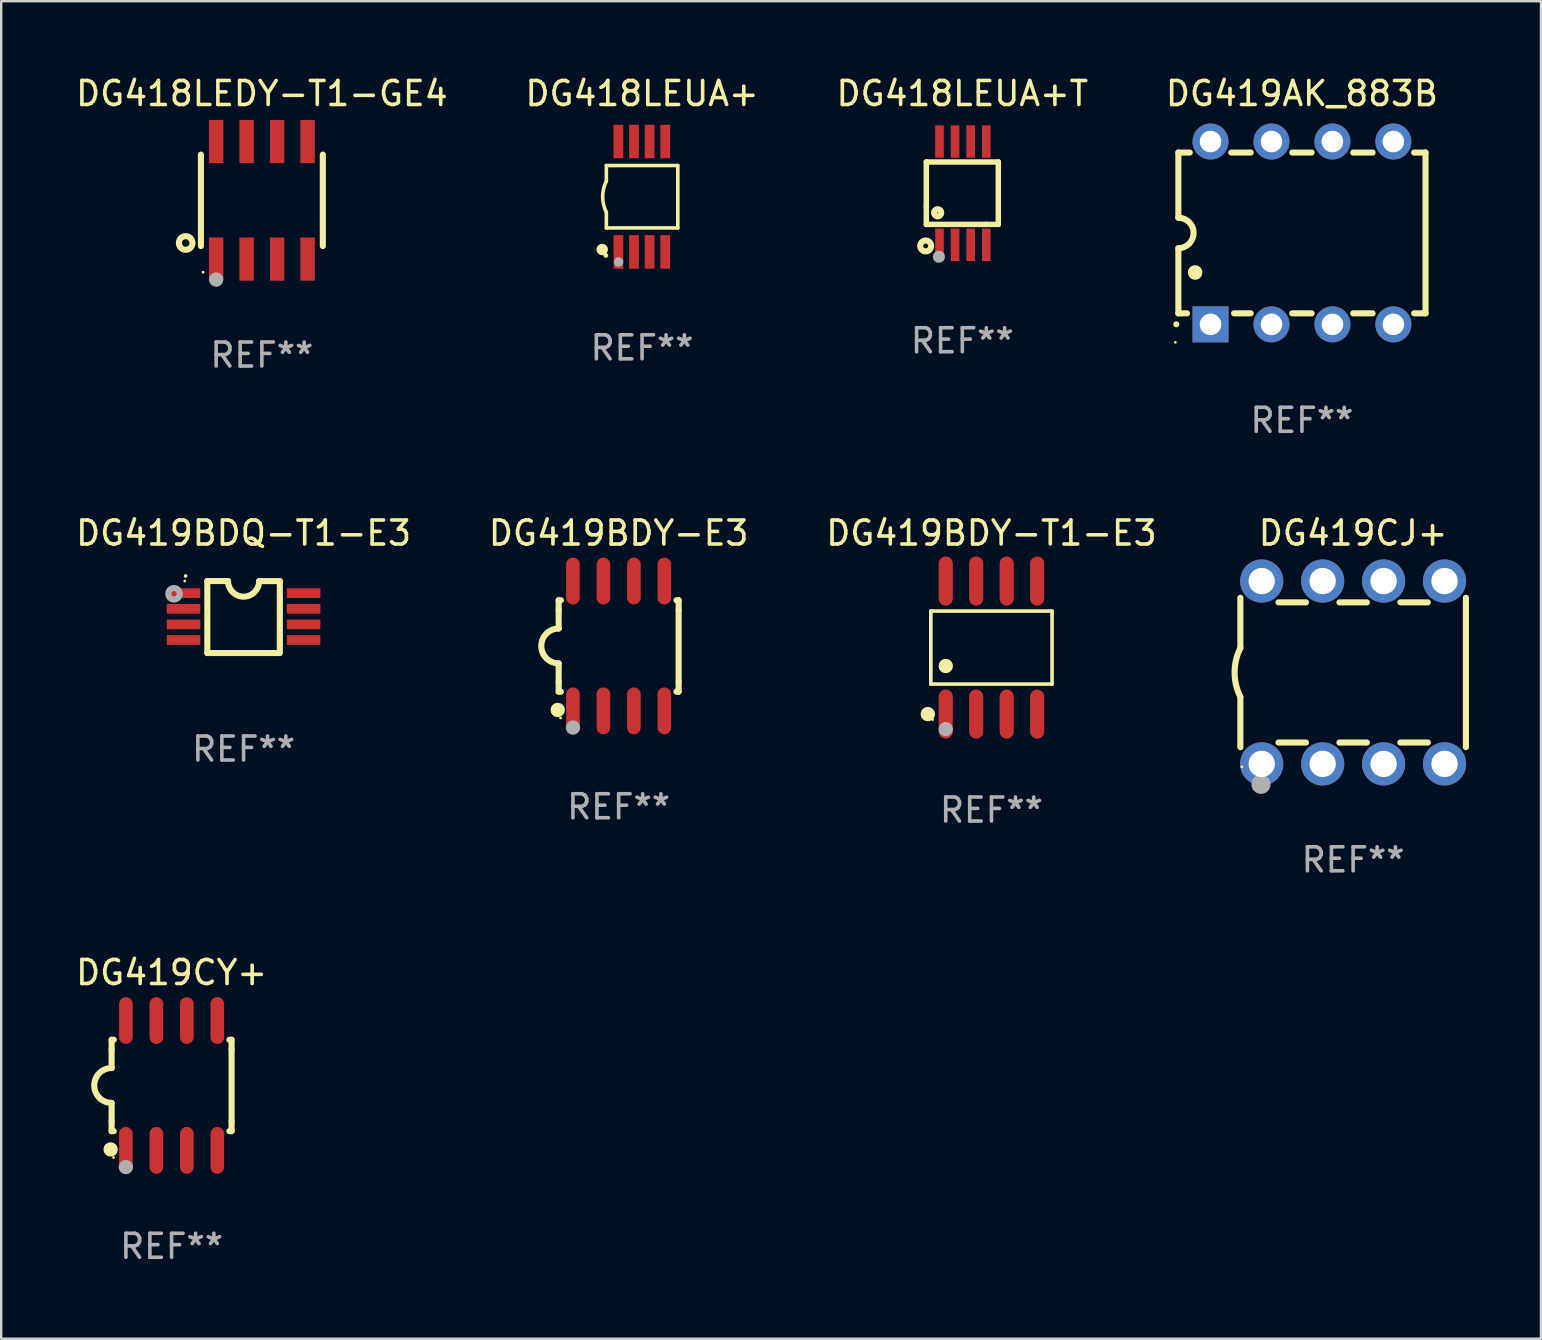
<source format=kicad_pcb>
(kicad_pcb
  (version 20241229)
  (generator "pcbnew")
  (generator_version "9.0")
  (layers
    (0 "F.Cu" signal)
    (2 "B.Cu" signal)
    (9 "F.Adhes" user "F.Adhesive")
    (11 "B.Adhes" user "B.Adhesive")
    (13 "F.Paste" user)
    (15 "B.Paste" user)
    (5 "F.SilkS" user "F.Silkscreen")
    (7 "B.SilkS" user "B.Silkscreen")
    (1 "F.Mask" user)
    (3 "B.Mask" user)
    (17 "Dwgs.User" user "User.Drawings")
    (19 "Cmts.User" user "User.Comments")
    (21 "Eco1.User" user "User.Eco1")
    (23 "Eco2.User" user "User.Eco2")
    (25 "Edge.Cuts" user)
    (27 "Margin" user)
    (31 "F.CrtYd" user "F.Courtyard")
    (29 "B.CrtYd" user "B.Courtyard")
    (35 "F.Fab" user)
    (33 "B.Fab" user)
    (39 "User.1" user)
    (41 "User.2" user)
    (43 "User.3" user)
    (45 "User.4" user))
  (footprint "DG419CY+"
    (layer "F.Cu")
    (at 4.101 42.186)
    (property "Reference" "DG419CY+" (at 0 -4.705 0) (layer "F.SilkS") (effects (font (size 1 1) (thickness 0.15))))
    (attr through_hole)
    (fp_line (start -2.5 -1.905) (end -2.409 -1.905) (stroke (width 0.254) (type solid)) (layer "F.SilkS"))
    (fp_line (start -2.5 -1.5) (end -2.5 -1.905) (stroke (width 0.254) (type solid)) (layer "F.SilkS"))
    (fp_line (start -2.5 -1.5) (end -2.5 -0.726) (stroke (width 0.254) (type solid)) (layer "F.SilkS"))
    (fp_line (start -2.5 1.5) (end -2.5 0.727) (stroke (width 0.254) (type solid)) (layer "F.SilkS"))
    (fp_line (start -2.5 1.5) (end -2.5 1.905) (stroke (width 0.254) (type solid)) (layer "F.SilkS"))
    (fp_line (start -2.5 1.905) (end -2.409 1.905) (stroke (width 0.254) (type solid)) (layer "F.SilkS"))
    (fp_line (start 2.5 -1.905) (end 2.409 -1.905) (stroke (width 0.254) (type solid)) (layer "F.SilkS"))
    (fp_line (start 2.5 -1.5) (end 2.5 -1.905) (stroke (width 0.254) (type solid)) (layer "F.SilkS"))
    (fp_line (start 2.5 -1.5) (end 2.5 1.5) (stroke (width 0.254) (type solid)) (layer "F.SilkS"))
    (fp_line (start 2.5 1.5) (end 2.5 1.905) (stroke (width 0.254) (type solid)) (layer "F.SilkS"))
    (fp_line (start 2.5 1.905) (end 2.409 1.905) (stroke (width 0.254) (type solid)) (layer "F.SilkS"))
    (fp_arc (start -2.5 0.726568) (mid -3.220316 -0.0023) (end -2.495097 -0.726289) (stroke (width 0.254001) (type solid)) (layer "F.SilkS"))
    (fp_circle (center -2.54 2.667) (end -2.39 2.667) (stroke (width 0.3) (type solid)) (fill no) (layer "F.SilkS"))
    (fp_circle (center -2.42 3) (end -2.39 3) (stroke (width 0.06) (type solid)) (fill no) (layer "F.SilkS"))
    (fp_circle (center -1.905 3.4) (end -1.755 3.4) (stroke (width 0.3) (type solid)) (fill no) (layer "F.Fab"))
    (fp_text user "REF**" (at 0 6.705 0) (layer "F.Fab") (effects (font (size 1 1) (thickness 0.15))))
    (pad "1" smd oval (at -1.905 2.705) (size 0.568 1.95) (layers "F.Cu" "F.Mask" "F.Paste"))
    (pad "2" smd oval (at -0.635 2.705) (size 0.568 1.95) (layers "F.Cu" "F.Mask" "F.Paste"))
    (pad "3" smd oval (at 0.635 2.705) (size 0.568 1.95) (layers "F.Cu" "F.Mask" "F.Paste"))
    (pad "4" smd oval (at 1.905 2.705) (size 0.568 1.95) (layers "F.Cu" "F.Mask" "F.Paste"))
    (pad "5" smd oval (at 1.905 -2.705) (size 0.568 1.95) (layers "F.Cu" "F.Mask" "F.Paste"))
    (pad "6" smd oval (at 0.635 -2.705) (size 0.568 1.95) (layers "F.Cu" "F.Mask" "F.Paste"))
    (pad "7" smd oval (at -0.635 -2.705) (size 0.568 1.95) (layers "F.Cu" "F.Mask" "F.Paste"))
    (pad "8" smd oval (at -1.905 -2.705) (size 0.568 1.95) (layers "F.Cu" "F.Mask" "F.Paste")))
  (footprint "DG418LEUA+T"
    (layer "F.Cu")
    (at 37.054 5)
    (property "Reference" "DG418LEUA+T" (at 0 -4.152 0) (layer "F.SilkS") (effects (font (size 1 1) (thickness 0.15))))
    (attr through_hole)
    (fp_line (start -1.5 1.301) (end 1 1.301) (stroke (width 0.229) (type solid)) (layer "F.SilkS"))
    (fp_line (start -1.5 -1.299) (end -1.5 0.551) (stroke (width 0.229) (type solid)) (layer "F.SilkS"))
    (fp_line (start -1.5 0.551) (end -1.5 1.301) (stroke (width 0.229) (type solid)) (layer "F.SilkS"))
    (fp_line (start 1 1.301) (end 1.5 1.301) (stroke (width 0.229) (type solid)) (layer "F.SilkS"))
    (fp_line (start 1.5 1.301) (end 1.5 -1.299) (stroke (width 0.229) (type solid)) (layer "F.SilkS"))
    (fp_line (start 1.5 -1.299) (end -1.5 -1.299) (stroke (width 0.229) (type solid)) (layer "F.SilkS"))
    (fp_circle (center -1.526 2.2) (end -1.426 2.2) (stroke (width 0.254) (type solid)) (fill no) (layer "F.SilkS"))
    (fp_circle (center -1.476 2.45) (end -1.446 2.45) (stroke (width 0.06) (type solid)) (fill no) (layer "F.SilkS"))
    (fp_circle (center -1.028 0.817) (end -0.878 0.817) (stroke (width 0.254) (type solid)) (fill no) (layer "F.SilkS"))
    (fp_circle (center -0.976 2.65) (end -0.849 2.65) (stroke (width 0.254) (type solid)) (fill no) (layer "F.Fab"))
    (fp_text user "REF**" (at 0 6.152 0) (layer "F.Fab") (effects (font (size 1 1) (thickness 0.15))))
    (pad "1" smd rect (at -0.951 2.15) (size 0.36 1.35) (layers "F.Cu" "F.Mask" "F.Paste"))
    (pad "2" smd rect (at -0.301 2.152) (size 0.36 1.35) (layers "F.Cu" "F.Mask" "F.Paste"))
    (pad "3" smd rect (at 0.349 2.151) (size 0.36 1.35) (layers "F.Cu" "F.Mask" "F.Paste"))
    (pad "4" smd rect (at 0.999 2.152) (size 0.36 1.35) (layers "F.Cu" "F.Mask" "F.Paste"))
    (pad "5" smd rect (at 0.999 -2.149) (size 0.36 1.35) (layers "F.Cu" "F.Mask" "F.Paste"))
    (pad "6" smd rect (at 0.349 -2.152) (size 0.36 1.35) (layers "F.Cu" "F.Mask" "F.Paste"))
    (pad "7" smd rect (at -0.301 -2.149) (size 0.36 1.35) (layers "F.Cu" "F.Mask" "F.Paste"))
    (pad "8" smd rect (at -0.951 -2.152) (size 0.36 1.35) (layers "F.Cu" "F.Mask" "F.Paste")))
  (footprint "DG419CJ+"
    (layer "F.Cu")
    (at 53.341 24.975)
    (property "Reference" "DG419CJ+" (at 0 -5.81 0) (layer "F.SilkS") (effects (font (size 1 1) (thickness 0.15))))
    (attr through_hole)
    (fp_line (start -4.7 -1.017) (end -4.7 -3.113) (stroke (width 0.254) (type solid)) (layer "F.SilkS"))
    (fp_line (start -4.7 1.015) (end -4.7 3.113) (stroke (width 0.254) (type solid)) (layer "F.SilkS"))
    (fp_line (start -3.113 2.92) (end -1.967 2.92) (stroke (width 0.254) (type solid)) (layer "F.SilkS"))
    (fp_line (start -3.111 -2.922) (end -1.969 -2.922) (stroke (width 0.254) (type solid)) (layer "F.SilkS"))
    (fp_line (start -0.573 2.92) (end 0.573 2.92) (stroke (width 0.254) (type solid)) (layer "F.SilkS"))
    (fp_line (start -0.571 -2.922) (end 0.571 -2.922) (stroke (width 0.254) (type solid)) (layer "F.SilkS"))
    (fp_line (start 1.967 2.92) (end 3.113 2.92) (stroke (width 0.254) (type solid)) (layer "F.SilkS"))
    (fp_line (start 1.969 -2.922) (end 3.111 -2.922) (stroke (width 0.254) (type solid)) (layer "F.SilkS"))
    (fp_line (start 4.7 -3.113) (end 4.7 3.113) (stroke (width 0.254) (type solid)) (layer "F.SilkS"))
    (fp_arc (start -4.7 1.01524) (mid -4.939846 -0.000762) (end -4.7 -1.016764) (stroke (width 0.254001) (type solid)) (layer "F.SilkS"))
    (fp_circle (center -4.636 3.935) (end -4.606 3.935) (stroke (width 0.06) (type solid)) (fill no) (layer "F.SilkS"))
    (fp_circle (center -3.84 4.66) (end -3.64 4.66) (stroke (width 0.4) (type solid)) (fill no) (layer "F.Fab"))
    (fp_text user "REF**" (at 0 7.81 0) (layer "F.Fab") (effects (font (size 1 1) (thickness 0.15))))
    (pad "1" thru_hole circle (at -3.81 3.81) (size 1.8 1.8) (drill 1.1) (layers "*.Cu" "*.Mask"))
    (pad "2" thru_hole circle (at -1.27 3.81) (size 1.8 1.8) (drill 1.1) (layers "*.Cu" "*.Mask"))
    (pad "3" thru_hole circle (at 1.27 3.81) (size 1.8 1.8) (drill 1.1) (layers "*.Cu" "*.Mask"))
    (pad "4" thru_hole circle (at 3.81 3.81) (size 1.8 1.8) (drill 1.1) (layers "*.Cu" "*.Mask"))
    (pad "5" thru_hole circle (at 3.81 -3.81) (size 1.8 1.8) (drill 1.1) (layers "*.Cu" "*.Mask"))
    (pad "6" thru_hole circle (at 1.27 -3.81) (size 1.8 1.8) (drill 1.1) (layers "*.Cu" "*.Mask"))
    (pad "7" thru_hole circle (at -1.27 -3.81) (size 1.8 1.8) (drill 1.1) (layers "*.Cu" "*.Mask"))
    (pad "8" thru_hole circle (at -3.81 -3.81) (size 1.8 1.8) (drill 1.1) (layers "*.Cu" "*.Mask")))
  (footprint "DG419BDY-E3"
    (layer "F.Cu")
    (at 22.732 23.87)
    (property "Reference" "DG419BDY-E3" (at 0 -4.705 0) (layer "F.SilkS") (effects (font (size 1 1) (thickness 0.15))))
    (attr through_hole)
    (fp_line (start -2.5 -1.905) (end -2.409 -1.905) (stroke (width 0.254) (type solid)) (layer "F.SilkS"))
    (fp_line (start -2.5 -1.5) (end -2.5 -1.905) (stroke (width 0.254) (type solid)) (layer "F.SilkS"))
    (fp_line (start -2.5 -1.5) (end -2.5 -0.726) (stroke (width 0.254) (type solid)) (layer "F.SilkS"))
    (fp_line (start -2.5 1.5) (end -2.5 0.727) (stroke (width 0.254) (type solid)) (layer "F.SilkS"))
    (fp_line (start -2.5 1.5) (end -2.5 1.905) (stroke (width 0.254) (type solid)) (layer "F.SilkS"))
    (fp_line (start -2.5 1.905) (end -2.409 1.905) (stroke (width 0.254) (type solid)) (layer "F.SilkS"))
    (fp_line (start 2.5 -1.905) (end 2.409 -1.905) (stroke (width 0.254) (type solid)) (layer "F.SilkS"))
    (fp_line (start 2.5 -1.5) (end 2.5 -1.905) (stroke (width 0.254) (type solid)) (layer "F.SilkS"))
    (fp_line (start 2.5 -1.5) (end 2.5 1.5) (stroke (width 0.254) (type solid)) (layer "F.SilkS"))
    (fp_line (start 2.5 1.5) (end 2.5 1.905) (stroke (width 0.254) (type solid)) (layer "F.SilkS"))
    (fp_line (start 2.5 1.905) (end 2.409 1.905) (stroke (width 0.254) (type solid)) (layer "F.SilkS"))
    (fp_arc (start -2.5 0.726568) (mid -3.220316 -0.0023) (end -2.495097 -0.726289) (stroke (width 0.254001) (type solid)) (layer "F.SilkS"))
    (fp_circle (center -2.54 2.667) (end -2.39 2.667) (stroke (width 0.3) (type solid)) (fill no) (layer "F.SilkS"))
    (fp_circle (center -2.42 3) (end -2.39 3) (stroke (width 0.06) (type solid)) (fill no) (layer "F.SilkS"))
    (fp_circle (center -1.905 3.4) (end -1.755 3.4) (stroke (width 0.3) (type solid)) (fill no) (layer "F.Fab"))
    (fp_text user "REF**" (at 0 6.705 0) (layer "F.Fab") (effects (font (size 1 1) (thickness 0.15))))
    (pad "1" smd oval (at -1.905 2.705) (size 0.568 1.95) (layers "F.Cu" "F.Mask" "F.Paste"))
    (pad "2" smd oval (at -0.635 2.705) (size 0.568 1.95) (layers "F.Cu" "F.Mask" "F.Paste"))
    (pad "3" smd oval (at 0.635 2.705) (size 0.568 1.95) (layers "F.Cu" "F.Mask" "F.Paste"))
    (pad "4" smd oval (at 1.905 2.705) (size 0.568 1.95) (layers "F.Cu" "F.Mask" "F.Paste"))
    (pad "5" smd oval (at 1.905 -2.705) (size 0.568 1.95) (layers "F.Cu" "F.Mask" "F.Paste"))
    (pad "6" smd oval (at 0.635 -2.705) (size 0.568 1.95) (layers "F.Cu" "F.Mask" "F.Paste"))
    (pad "7" smd oval (at -0.635 -2.705) (size 0.568 1.95) (layers "F.Cu" "F.Mask" "F.Paste"))
    (pad "8" smd oval (at -1.905 -2.705) (size 0.568 1.95) (layers "F.Cu" "F.Mask" "F.Paste")))
  (footprint "DG418LEDY-T1-GE4"
    (layer "F.Cu")
    (at 7.863 5.298)
    (property "Reference" "DG418LEDY-T1-GE4" (at 0 -4.45 0) (layer "F.SilkS") (effects (font (size 1 1) (thickness 0.15))))
    (attr through_hole)
    (fp_line (start -2.54 -1.905) (end -2.54 1.905) (stroke (width 0.254) (type solid)) (layer "F.SilkS"))
    (fp_line (start 2.54 -1.905) (end 2.54 1.905) (stroke (width 0.254) (type solid)) (layer "F.SilkS"))
    (fp_circle (center -3.175 1.778) (end -2.891 1.778) (stroke (width 0.254) (type solid)) (fill no) (layer "F.SilkS"))
    (fp_circle (center -2.45 3) (end -2.42 3) (stroke (width 0.06) (type solid)) (fill no) (layer "F.SilkS"))
    (fp_circle (center -1.905 3.302) (end -1.755 3.302) (stroke (width 0.3) (type solid)) (fill no) (layer "F.Fab"))
    (fp_text user "REF**" (at 0 6.45 0) (layer "F.Fab") (effects (font (size 1 1) (thickness 0.15))))
    (pad "1" smd rect (at -1.905 2.45) (size 0.6 1.8) (layers "F.Cu" "F.Mask" "F.Paste"))
    (pad "2" smd rect (at -0.635 2.45) (size 0.6 1.8) (layers "F.Cu" "F.Mask" "F.Paste"))
    (pad "3" smd rect (at 0.635 2.45) (size 0.6 1.8) (layers "F.Cu" "F.Mask" "F.Paste"))
    (pad "4" smd rect (at 1.905 2.45) (size 0.6 1.8) (layers "F.Cu" "F.Mask" "F.Paste"))
    (pad "5" smd rect (at 1.905 -2.45 180) (size 0.6 1.8) (layers "F.Cu" "F.Mask" "F.Paste"))
    (pad "6" smd rect (at 0.635 -2.45 180) (size 0.6 1.8) (layers "F.Cu" "F.Mask" "F.Paste"))
    (pad "7" smd rect (at -0.635 -2.45 180) (size 0.6 1.8) (layers "F.Cu" "F.Mask" "F.Paste"))
    (pad "8" smd rect (at -1.905 -2.45 180) (size 0.6 1.8) (layers "F.Cu" "F.Mask" "F.Paste")))
  (footprint "DG419BDQ-T1-E3"
    (layer "F.Cu")
    (at 7.101 22.666)
    (property "Reference" "DG419BDQ-T1-E3" (at 0 -3.501 0) (layer "F.SilkS") (effects (font (size 1 1) (thickness 0.15))))
    (attr through_hole)
    (fp_line (start -1.511 -1.501) (end -1.511 1.499) (stroke (width 0.254) (type solid)) (layer "F.SilkS"))
    (fp_line (start -1.511 -1.501) (end -0.648 -1.501) (stroke (width 0.254) (type solid)) (layer "F.SilkS"))
    (fp_line (start -1.511 1.499) (end 1.489 1.499) (stroke (width 0.254) (type solid)) (layer "F.SilkS"))
    (fp_line (start 0.648 -1.499) (end 1.511 -1.499) (stroke (width 0.254) (type solid)) (layer "F.SilkS"))
    (fp_line (start 1.511 -1.499) (end 1.511 1.501) (stroke (width 0.254) (type solid)) (layer "F.SilkS"))
    (fp_arc (start -2.41491 -1.713233) (mid -2.414916 -1.714503) (end -2.41491 -1.715773) (stroke (width 0.150013) (type solid)) (layer "F.SilkS"))
    (fp_arc (start 0.647803 -1.498603) (mid 0.000102 -0.850902) (end -0.647599 -1.498603) (stroke (width 0.254001) (type solid)) (layer "F.SilkS"))
    (fp_circle (center -2.45 -1.501) (end -2.42 -1.501) (stroke (width 0.06) (type solid)) (fill no) (layer "F.SilkS"))
    (fp_circle (center -2.9 -0.97) (end -2.788 -0.97) (stroke (width 0.254) (type solid)) (fill no) (layer "F.Fab"))
    (fp_text user "REF**" (at 0 5.501 0) (layer "F.Fab") (effects (font (size 1 1) (thickness 0.15))))
    (pad "1" smd rect (at -2.502 -0.995) (size 1.397 0.406) (layers "F.Cu" "F.Mask" "F.Paste"))
    (pad "2" smd rect (at -2.502 -0.345) (size 1.397 0.406) (layers "F.Cu" "F.Mask" "F.Paste"))
    (pad "3" smd rect (at -2.502 0.305) (size 1.397 0.406) (layers "F.Cu" "F.Mask" "F.Paste"))
    (pad "4" smd rect (at -2.502 0.955) (size 1.397 0.406) (layers "F.Cu" "F.Mask" "F.Paste"))
    (pad "5" smd rect (at 2.502 0.955) (size 1.397 0.406) (layers "F.Cu" "F.Mask" "F.Paste"))
    (pad "6" smd rect (at 2.502 0.305) (size 1.397 0.406) (layers "F.Cu" "F.Mask" "F.Paste"))
    (pad "7" smd rect (at 2.502 -0.345) (size 1.397 0.406) (layers "F.Cu" "F.Mask" "F.Paste"))
    (pad "8" smd rect (at 2.502 -0.995) (size 1.397 0.406) (layers "F.Cu" "F.Mask" "F.Paste")))
  (footprint "DG419BDY-T1-E3"
    (layer "F.Cu")
    (at 38.268 23.937)
    (property "Reference" "DG419BDY-T1-E3" (at 0 -4.772 0) (layer "F.SilkS") (effects (font (size 1 1) (thickness 0.15))))
    (attr through_hole)
    (fp_line (start -2.526 -1.521) (end 2.526 -1.521) (stroke (width 0.152) (type solid)) (layer "F.SilkS"))
    (fp_line (start -2.526 1.521) (end -2.526 -1.521) (stroke (width 0.152) (type solid)) (layer "F.SilkS"))
    (fp_line (start 2.526 -1.521) (end 2.526 1.521) (stroke (width 0.152) (type solid)) (layer "F.SilkS"))
    (fp_line (start 2.526 1.521) (end -2.526 1.521) (stroke (width 0.152) (type solid)) (layer "F.SilkS"))
    (fp_circle (center -2.652 2.772) (end -2.501 2.772) (stroke (width 0.3) (type solid)) (fill no) (layer "F.SilkS"))
    (fp_circle (center -2.45 3) (end -2.42 3) (stroke (width 0.06) (type solid)) (fill no) (layer "F.SilkS"))
    (fp_circle (center -1.905 0.769) (end -1.755 0.769) (stroke (width 0.3) (type solid)) (fill no) (layer "F.SilkS"))
    (fp_circle (center -1.905 3.4) (end -1.755 3.4) (stroke (width 0.3) (type solid)) (fill no) (layer "F.Fab"))
    (fp_text user "REF**" (at 0 6.772 0) (layer "F.Fab") (effects (font (size 1 1) (thickness 0.15))))
    (pad "1" smd oval (at -1.905 2.772) (size 0.588 2.045) (layers "F.Cu" "F.Mask" "F.Paste"))
    (pad "2" smd oval (at -0.635 2.772) (size 0.588 2.045) (layers "F.Cu" "F.Mask" "F.Paste"))
    (pad "3" smd oval (at 0.635 2.772) (size 0.588 2.045) (layers "F.Cu" "F.Mask" "F.Paste"))
    (pad "4" smd oval (at 1.905 2.772) (size 0.588 2.045) (layers "F.Cu" "F.Mask" "F.Paste"))
    (pad "5" smd oval (at 1.905 -2.772) (size 0.588 2.045) (layers "F.Cu" "F.Mask" "F.Paste"))
    (pad "6" smd oval (at 0.635 -2.772) (size 0.588 2.045) (layers "F.Cu" "F.Mask" "F.Paste"))
    (pad "7" smd oval (at -0.635 -2.772) (size 0.588 2.045) (layers "F.Cu" "F.Mask" "F.Paste"))
    (pad "8" smd oval (at -1.905 -2.772) (size 0.588 2.045) (layers "F.Cu" "F.Mask" "F.Paste")))
  (footprint "DG419AK_883B"
    (layer "F.Cu")
    (at 51.208 6.658)
    (property "Reference" "DG419AK_883B" (at 0 -5.81 0) (layer "F.SilkS") (effects (font (size 1 1) (thickness 0.15))))
    (attr through_hole)
    (fp_line (start -5.15 -3.35) (end -5.15 -0.635) (stroke (width 0.254) (type solid)) (layer "F.SilkS"))
    (fp_line (start -5.15 -3.35) (end -4.676 -3.35) (stroke (width 0.254) (type solid)) (layer "F.SilkS"))
    (fp_line (start -5.15 3.35) (end -5.15 0.635) (stroke (width 0.254) (type solid)) (layer "F.SilkS"))
    (fp_line (start -4.791 3.35) (end -5.15 3.35) (stroke (width 0.254) (type solid)) (layer "F.SilkS"))
    (fp_line (start -2.944 -3.35) (end -2.136 -3.35) (stroke (width 0.254) (type solid)) (layer "F.SilkS"))
    (fp_line (start -2.136 3.35) (end -2.829 3.35) (stroke (width 0.254) (type solid)) (layer "F.SilkS"))
    (fp_line (start -0.404 -3.35) (end 0.404 -3.35) (stroke (width 0.254) (type solid)) (layer "F.SilkS"))
    (fp_line (start 0.404 3.35) (end -0.404 3.35) (stroke (width 0.254) (type solid)) (layer "F.SilkS"))
    (fp_line (start 2.136 -3.35) (end 2.944 -3.35) (stroke (width 0.254) (type solid)) (layer "F.SilkS"))
    (fp_line (start 2.944 3.35) (end 2.136 3.35) (stroke (width 0.254) (type solid)) (layer "F.SilkS"))
    (fp_line (start 4.676 -3.35) (end 5.15 -3.35) (stroke (width 0.254) (type solid)) (layer "F.SilkS"))
    (fp_line (start 5.15 -3.35) (end 5.15 3.35) (stroke (width 0.254) (type solid)) (layer "F.SilkS"))
    (fp_line (start 5.15 3.35) (end 4.676 3.35) (stroke (width 0.254) (type solid)) (layer "F.SilkS"))
    (fp_arc (start -5.23495 3.810008) (mid -5.234957 3.808738) (end -5.23495 3.807468) (stroke (width 0.25) (type solid)) (layer "F.SilkS"))
    (fp_arc (start -5.15113 -0.635002) (mid -4.516129 -0.000559) (end -5.150013 0.635001) (stroke (width 0.254001) (type solid)) (layer "F.SilkS"))
    (fp_arc (start -4.450089 1.651003) (mid -4.4501 1.648463) (end -4.450089 1.645923) (stroke (width 0.6) (type solid)) (layer "F.SilkS"))
    (fp_circle (center -5.277 4.56) (end -5.247 4.56) (stroke (width 0.06) (type solid)) (fill no) (layer "F.SilkS"))
    (fp_text user "REF**" (at 0 7.81 0) (layer "F.Fab") (effects (font (size 1 1) (thickness 0.15))))
    (pad "1" thru_hole rect (at -3.81 3.81 90) (size 1.5 1.5) (drill 0.9) (layers "*.Cu" "*.Mask"))
    (pad "2" thru_hole circle (at -1.27 3.81) (size 1.5 1.5) (drill 0.9) (layers "*.Cu" "*.Mask"))
    (pad "3" thru_hole circle (at 1.27 3.81) (size 1.5 1.5) (drill 0.9) (layers "*.Cu" "*.Mask"))
    (pad "4" thru_hole circle (at 3.81 3.81) (size 1.5 1.5) (drill 0.9) (layers "*.Cu" "*.Mask"))
    (pad "5" thru_hole circle (at 3.81 -3.81) (size 1.5 1.5) (drill 0.9) (layers "*.Cu" "*.Mask"))
    (pad "6" thru_hole circle (at 1.27 -3.81) (size 1.5 1.5) (drill 0.9) (layers "*.Cu" "*.Mask"))
    (pad "7" thru_hole circle (at -1.27 -3.81) (size 1.5 1.5) (drill 0.9) (layers "*.Cu" "*.Mask"))
    (pad "8" thru_hole circle (at -3.81 -3.81) (size 1.5 1.5) (drill 0.9) (layers "*.Cu" "*.Mask")))
  (footprint "DG418LEUA+"
    (layer "F.Cu")
    (at 23.708 5.148)
    (property "Reference" "DG418LEUA+" (at 0 -4.3 0) (layer "F.SilkS") (effects (font (size 1 1) (thickness 0.15))))
    (attr through_hole)
    (fp_line (start -1.489 -1.3) (end -1.489 -0.648) (stroke (width 0.15) (type solid)) (layer "F.SilkS"))
    (fp_line (start -1.489 0.648) (end -1.489 1.3) (stroke (width 0.15) (type solid)) (layer "F.SilkS"))
    (fp_line (start -1.489 1.3) (end 1.489 1.3) (stroke (width 0.15) (type solid)) (layer "F.SilkS"))
    (fp_line (start 1.489 -1.3) (end -1.489 -1.3) (stroke (width 0.15) (type solid)) (layer "F.SilkS"))
    (fp_line (start 1.489 1.3) (end 1.489 -1.3) (stroke (width 0.15) (type solid)) (layer "F.SilkS"))
    (fp_arc (start -1.489205 0.647702) (mid -1.642107 0) (end -1.489205 -0.647701) (stroke (width 0.150013) (type solid)) (layer "F.SilkS"))
    (fp_circle (center -1.661 2.2) (end -1.541 2.2) (stroke (width 0.24) (type solid)) (fill no) (layer "F.SilkS"))
    (fp_circle (center -1.511 2.45) (end -1.461 2.45) (stroke (width 0.1) (type solid)) (fill no) (layer "F.SilkS"))
    (fp_circle (center -0.981 2.72) (end -0.881 2.72) (stroke (width 0.2) (type solid)) (fill no) (layer "F.Fab"))
    (fp_text user "REF**" (at 0 6.3 0) (layer "F.Fab") (effects (font (size 1 1) (thickness 0.15))))
    (pad "1" smd rect (at -0.986 2.3) (size 0.406 1.397) (layers "F.Cu" "F.Mask" "F.Paste"))
    (pad "2" smd rect (at -0.336 2.3) (size 0.406 1.397) (layers "F.Cu" "F.Mask" "F.Paste"))
    (pad "3" smd rect (at 0.314 2.3) (size 0.406 1.397) (layers "F.Cu" "F.Mask" "F.Paste"))
    (pad "4" smd rect (at 0.964 2.3) (size 0.406 1.397) (layers "F.Cu" "F.Mask" "F.Paste"))
    (pad "5" smd rect (at 0.964 -2.3) (size 0.406 1.397) (layers "F.Cu" "F.Mask" "F.Paste"))
    (pad "6" smd rect (at 0.314 -2.3) (size 0.406 1.397) (layers "F.Cu" "F.Mask" "F.Paste"))
    (pad "7" smd rect (at -0.336 -2.3) (size 0.406 1.397) (layers "F.Cu" "F.Mask" "F.Paste"))
    (pad "8" smd rect (at -0.986 -2.3) (size 0.406 1.397) (layers "F.Cu" "F.Mask" "F.Paste")))
  (gr_rect
    (start -3 -3)
    (end 61.168 52.74)
    (stroke (width 0.1) (type default))
    (fill no)
    (layer "Edge.Cuts")))
</source>
